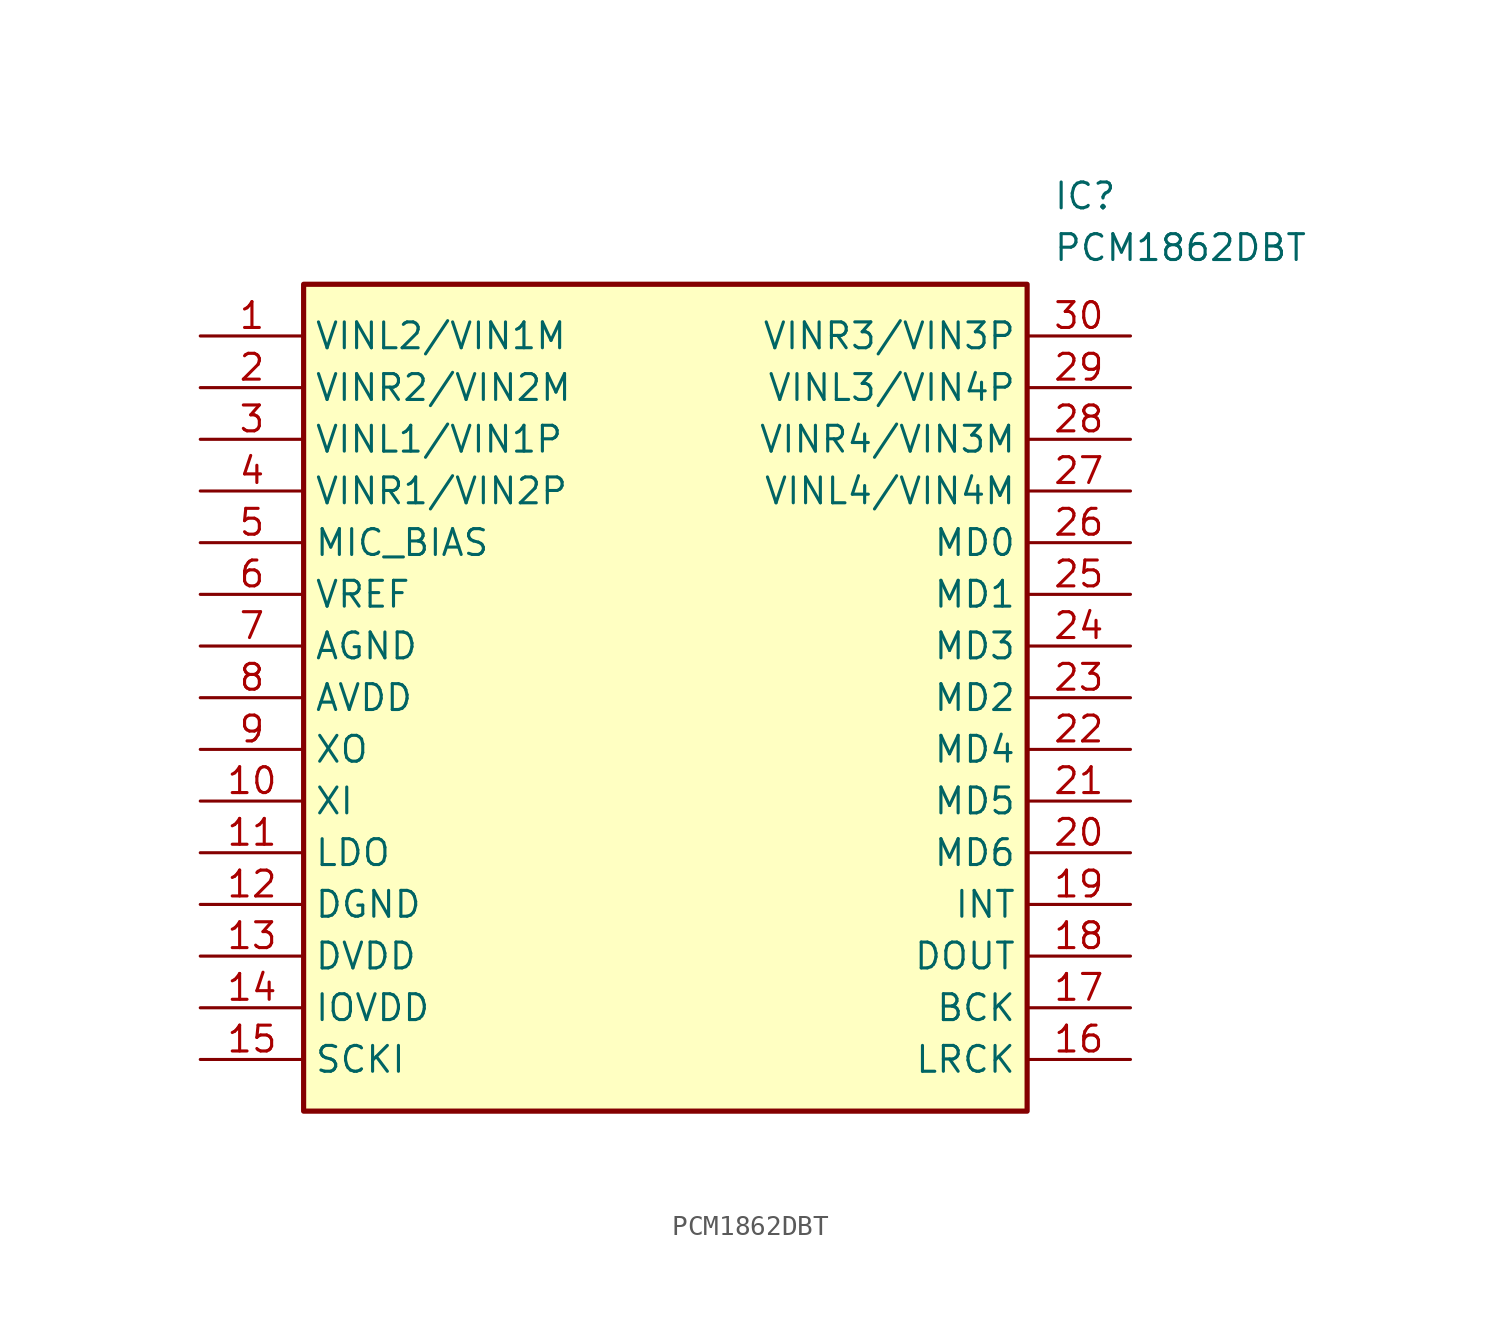
<source format=kicad_sym>
(kicad_symbol_lib
  (version 20211014)
  (generator SamacSys_ECAD_Model)
  (symbol "PCM1862DBT"
    (property "Reference" "IC"
      (at 41.91 7.62 0)
      (effects (font (size 1.27 1.27)) (justify left top)))
    (property "Value" "PCM1862DBT"
      (at 41.91 5.08 0)
      (effects (font (size 1.27 1.27)) (justify left top)))
    (rectangle
      (start 5.08 2.54)
      (end 40.64 -38.1)
      (stroke (width 0.254) (type default))
      (fill (type background)))
    (pin passive line
      (at 0 0 0)
      (length 5.08)
      (name "VINL2/VIN1M" (effects (font (size 1.27 1.27))))
      (number "1" (effects (font (size 1.27 1.27)))))
    (pin passive line
      (at 0 -2.54 0)
      (length 5.08)
      (name "VINR2/VIN2M" (effects (font (size 1.27 1.27))))
      (number "2" (effects (font (size 1.27 1.27)))))
    (pin passive line
      (at 0 -5.08 0)
      (length 5.08)
      (name "VINL1/VIN1P" (effects (font (size 1.27 1.27))))
      (number "3" (effects (font (size 1.27 1.27)))))
    (pin passive line
      (at 0 -7.62 0)
      (length 5.08)
      (name "VINR1/VIN2P" (effects (font (size 1.27 1.27))))
      (number "4" (effects (font (size 1.27 1.27)))))
    (pin passive line
      (at 0 -10.16 0)
      (length 5.08)
      (name "MIC_BIAS" (effects (font (size 1.27 1.27))))
      (number "5" (effects (font (size 1.27 1.27)))))
    (pin passive line
      (at 0 -12.7 0)
      (length 5.08)
      (name "VREF" (effects (font (size 1.27 1.27))))
      (number "6" (effects (font (size 1.27 1.27)))))
    (pin passive line
      (at 0 -15.24 0)
      (length 5.08)
      (name "AGND" (effects (font (size 1.27 1.27))))
      (number "7" (effects (font (size 1.27 1.27)))))
    (pin passive line
      (at 0 -17.78 0)
      (length 5.08)
      (name "AVDD" (effects (font (size 1.27 1.27))))
      (number "8" (effects (font (size 1.27 1.27)))))
    (pin passive line
      (at 0 -20.32 0)
      (length 5.08)
      (name "XO" (effects (font (size 1.27 1.27))))
      (number "9" (effects (font (size 1.27 1.27)))))
    (pin passive line
      (at 0 -22.86 0)
      (length 5.08)
      (name "XI" (effects (font (size 1.27 1.27))))
      (number "10" (effects (font (size 1.27 1.27)))))
    (pin passive line
      (at 0 -25.4 0)
      (length 5.08)
      (name "LDO" (effects (font (size 1.27 1.27))))
      (number "11" (effects (font (size 1.27 1.27)))))
    (pin passive line
      (at 0 -27.94 0)
      (length 5.08)
      (name "DGND" (effects (font (size 1.27 1.27))))
      (number "12" (effects (font (size 1.27 1.27)))))
    (pin passive line
      (at 0 -30.48 0)
      (length 5.08)
      (name "DVDD" (effects (font (size 1.27 1.27))))
      (number "13" (effects (font (size 1.27 1.27)))))
    (pin passive line
      (at 0 -33.02 0)
      (length 5.08)
      (name "IOVDD" (effects (font (size 1.27 1.27))))
      (number "14" (effects (font (size 1.27 1.27)))))
    (pin passive line
      (at 0 -35.56 0)
      (length 5.08)
      (name "SCKI" (effects (font (size 1.27 1.27))))
      (number "15" (effects (font (size 1.27 1.27)))))
    (pin passive line
      (at 45.72 0 180)
      (length 5.08)
      (name "VINR3/VIN3P" (effects (font (size 1.27 1.27))))
      (number "30" (effects (font (size 1.27 1.27)))))
    (pin passive line
      (at 45.72 -2.54 180)
      (length 5.08)
      (name "VINL3/VIN4P" (effects (font (size 1.27 1.27))))
      (number "29" (effects (font (size 1.27 1.27)))))
    (pin passive line
      (at 45.72 -5.08 180)
      (length 5.08)
      (name "VINR4/VIN3M" (effects (font (size 1.27 1.27))))
      (number "28" (effects (font (size 1.27 1.27)))))
    (pin passive line
      (at 45.72 -7.62 180)
      (length 5.08)
      (name "VINL4/VIN4M" (effects (font (size 1.27 1.27))))
      (number "27" (effects (font (size 1.27 1.27)))))
    (pin passive line
      (at 45.72 -10.16 180)
      (length 5.08)
      (name "MD0" (effects (font (size 1.27 1.27))))
      (number "26" (effects (font (size 1.27 1.27)))))
    (pin passive line
      (at 45.72 -12.7 180)
      (length 5.08)
      (name "MD1" (effects (font (size 1.27 1.27))))
      (number "25" (effects (font (size 1.27 1.27)))))
    (pin passive line
      (at 45.72 -15.24 180)
      (length 5.08)
      (name "MD3" (effects (font (size 1.27 1.27))))
      (number "24" (effects (font (size 1.27 1.27)))))
    (pin passive line
      (at 45.72 -17.78 180)
      (length 5.08)
      (name "MD2" (effects (font (size 1.27 1.27))))
      (number "23" (effects (font (size 1.27 1.27)))))
    (pin passive line
      (at 45.72 -20.32 180)
      (length 5.08)
      (name "MD4" (effects (font (size 1.27 1.27))))
      (number "22" (effects (font (size 1.27 1.27)))))
    (pin passive line
      (at 45.72 -22.86 180)
      (length 5.08)
      (name "MD5" (effects (font (size 1.27 1.27))))
      (number "21" (effects (font (size 1.27 1.27)))))
    (pin passive line
      (at 45.72 -25.4 180)
      (length 5.08)
      (name "MD6" (effects (font (size 1.27 1.27))))
      (number "20" (effects (font (size 1.27 1.27)))))
    (pin passive line
      (at 45.72 -27.94 180)
      (length 5.08)
      (name "INT" (effects (font (size 1.27 1.27))))
      (number "19" (effects (font (size 1.27 1.27)))))
    (pin passive line
      (at 45.72 -30.48 180)
      (length 5.08)
      (name "DOUT" (effects (font (size 1.27 1.27))))
      (number "18" (effects (font (size 1.27 1.27)))))
    (pin passive line
      (at 45.72 -33.02 180)
      (length 5.08)
      (name "BCK" (effects (font (size 1.27 1.27))))
      (number "17" (effects (font (size 1.27 1.27)))))
    (pin passive line
      (at 45.72 -35.56 180)
      (length 5.08)
      (name "LRCK" (effects (font (size 1.27 1.27))))
      (number "16" (effects (font (size 1.27 1.27)))))))
</source>
